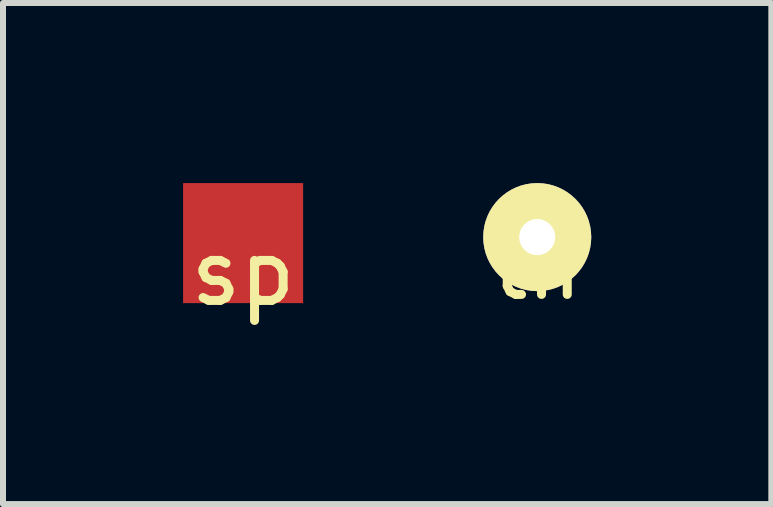
<source format=kicad_pcb>
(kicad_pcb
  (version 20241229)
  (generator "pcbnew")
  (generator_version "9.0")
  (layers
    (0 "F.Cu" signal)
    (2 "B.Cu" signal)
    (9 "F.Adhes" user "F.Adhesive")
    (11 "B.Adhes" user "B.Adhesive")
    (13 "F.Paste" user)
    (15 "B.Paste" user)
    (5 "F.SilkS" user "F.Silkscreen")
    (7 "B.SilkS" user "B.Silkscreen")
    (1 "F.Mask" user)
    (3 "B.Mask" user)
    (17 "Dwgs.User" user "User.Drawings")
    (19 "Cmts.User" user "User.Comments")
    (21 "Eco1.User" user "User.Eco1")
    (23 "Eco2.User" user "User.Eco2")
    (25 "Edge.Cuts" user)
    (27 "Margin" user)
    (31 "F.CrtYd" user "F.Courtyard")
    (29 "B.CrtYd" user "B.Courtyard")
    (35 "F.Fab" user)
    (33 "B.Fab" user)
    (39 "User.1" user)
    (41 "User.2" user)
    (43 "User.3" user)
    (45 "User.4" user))
  (footprint "sp"
    (layer "F.Cu")
    (at 1 1)
    (property "Reference" "sp" (at 0 0.5 0) (layer "F.SilkS") (effects (font (size 1 1) (thickness 0.15))))
    (attr through_hole)
    (pad "2" smd rect (at 0 0) (size 2 2) (layers "F.Cu" "F.Mask" "F.Paste")))
  (footprint "th"
    (layer "F.Cu")
    (at 5.9 0.9)
    (property "Reference" "th" (at 0 0.5 0) (layer "F.SilkS") (effects (font (size 1 1) (thickness 0.15))))
    (attr through_hole)
    (pad "1" thru_hole circle (at 0 0) (size 1.8 1.8) (drill 0.6) (layers "*.Cu" "*.Mask" "F.SilkS")))
  (gr_rect
    (start -3 -3)
    (end 9.8 5.348)
    (stroke (width 0.1) (type default))
    (fill no)
    (layer "Edge.Cuts")))
</source>
